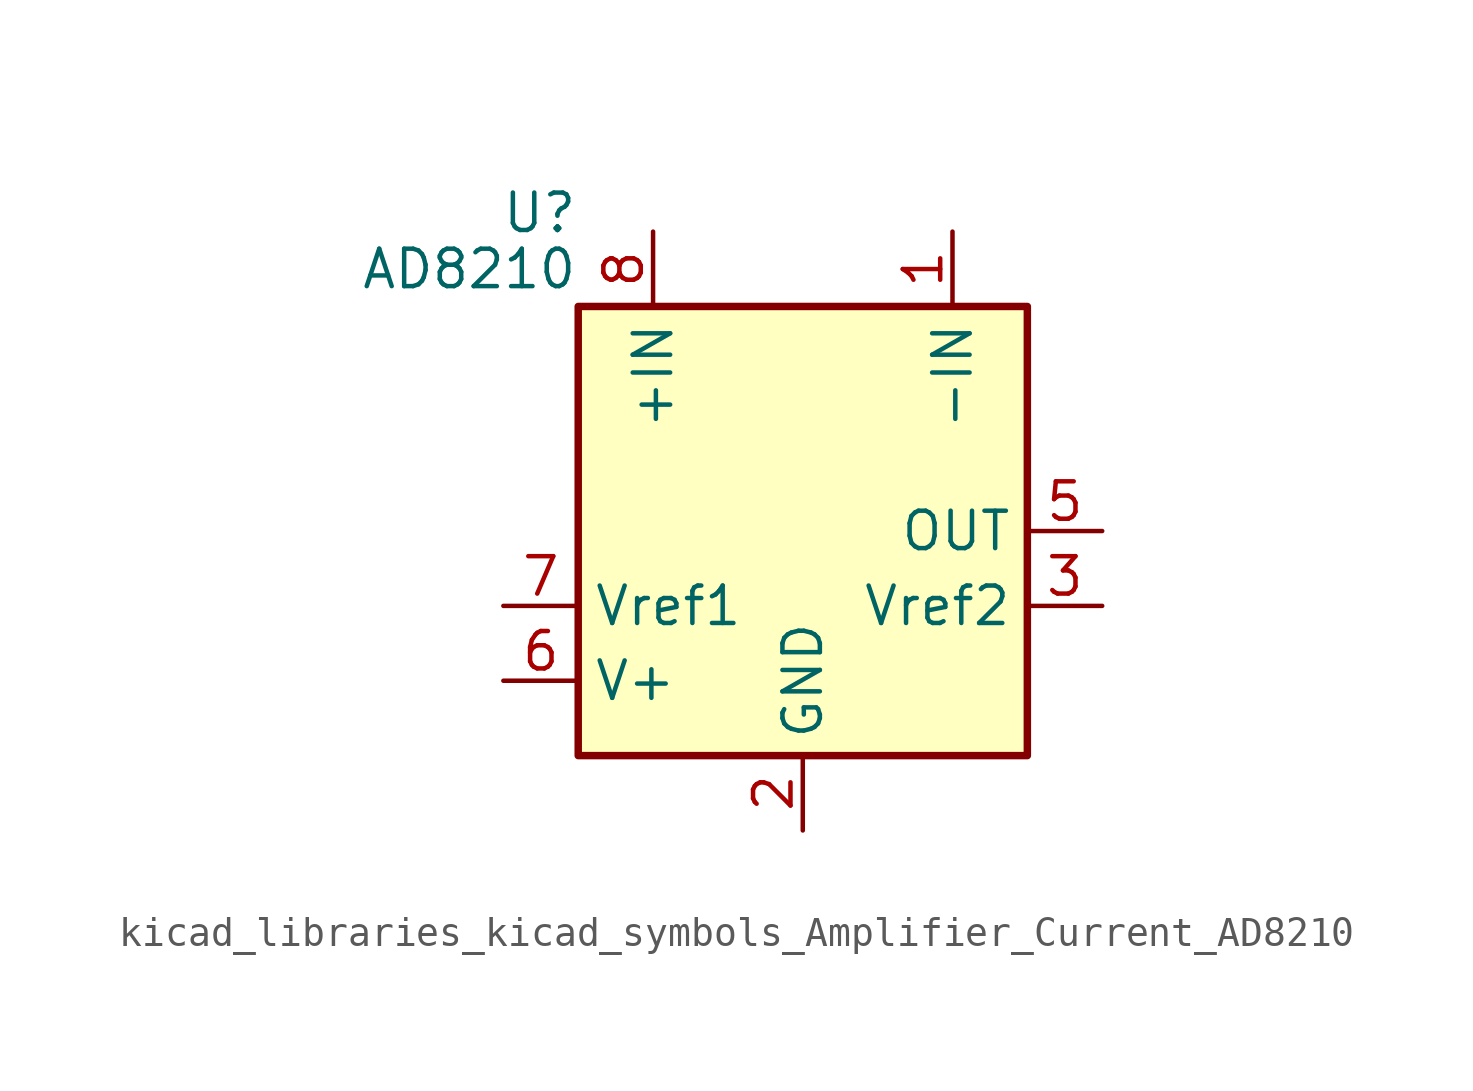
<source format=kicad_sym>
(kicad_symbol_lib
  (version 20220914)
  (generator kicad_symbol_editor)
  (symbol "kicad_libraries_kicad_symbols_Amplifier_Current_AD8210"
    (property "Reference" "U"
      (at -7.62 10.795 0)
      (effects (font (size 1.27 1.27)) (justify right)))
    (property "Value" "AD8210"
      (at -7.62 8.89 0)
      (effects (font (size 1.27 1.27)) (justify right)))
    (symbol "kicad_libraries_kicad_symbols_Amplifier_Current_AD8210_0_1"
      (rectangle (start -7.62 7.62) (end 7.62 -7.62) (stroke (width 0.254) (type default)) (fill (type background))))
    (symbol "kicad_libraries_kicad_symbols_Amplifier_Current_AD8210_1_1"
      (pin input line (at 5.08 10.16 270) (length 2.54) (name "-IN" (effects (font (size 1.27 1.27)))) (number "1" (effects (font (size 1.27 1.27)))))
      (pin power_in line (at 0 -10.16 90) (length 2.54) (name "GND" (effects (font (size 1.27 1.27)))) (number "2" (effects (font (size 1.27 1.27)))))
      (pin input line (at 10.16 -2.54 180) (length 2.54) (name "Vref2" (effects (font (size 1.27 1.27)))) (number "3" (effects (font (size 1.27 1.27)))))
      (pin no_connect line (at 2.54 -7.62 90) (length 2.54) hide (name "NC" (effects (font (size 1.27 1.27)))) (number "4" (effects (font (size 1.27 1.27)))))
      (pin output line (at 10.16 0 180) (length 2.54) (name "OUT" (effects (font (size 1.27 1.27)))) (number "5" (effects (font (size 1.27 1.27)))))
      (pin power_in line (at -10.16 -5.08 0) (length 2.54) (name "V+" (effects (font (size 1.27 1.27)))) (number "6" (effects (font (size 1.27 1.27)))))
      (pin input line (at -10.16 -2.54 0) (length 2.54) (name "Vref1" (effects (font (size 1.27 1.27)))) (number "7" (effects (font (size 1.27 1.27)))))
      (pin input line (at -5.08 10.16 270) (length 2.54) (name "+IN" (effects (font (size 1.27 1.27)))) (number "8" (effects (font (size 1.27 1.27))))))))
</source>
